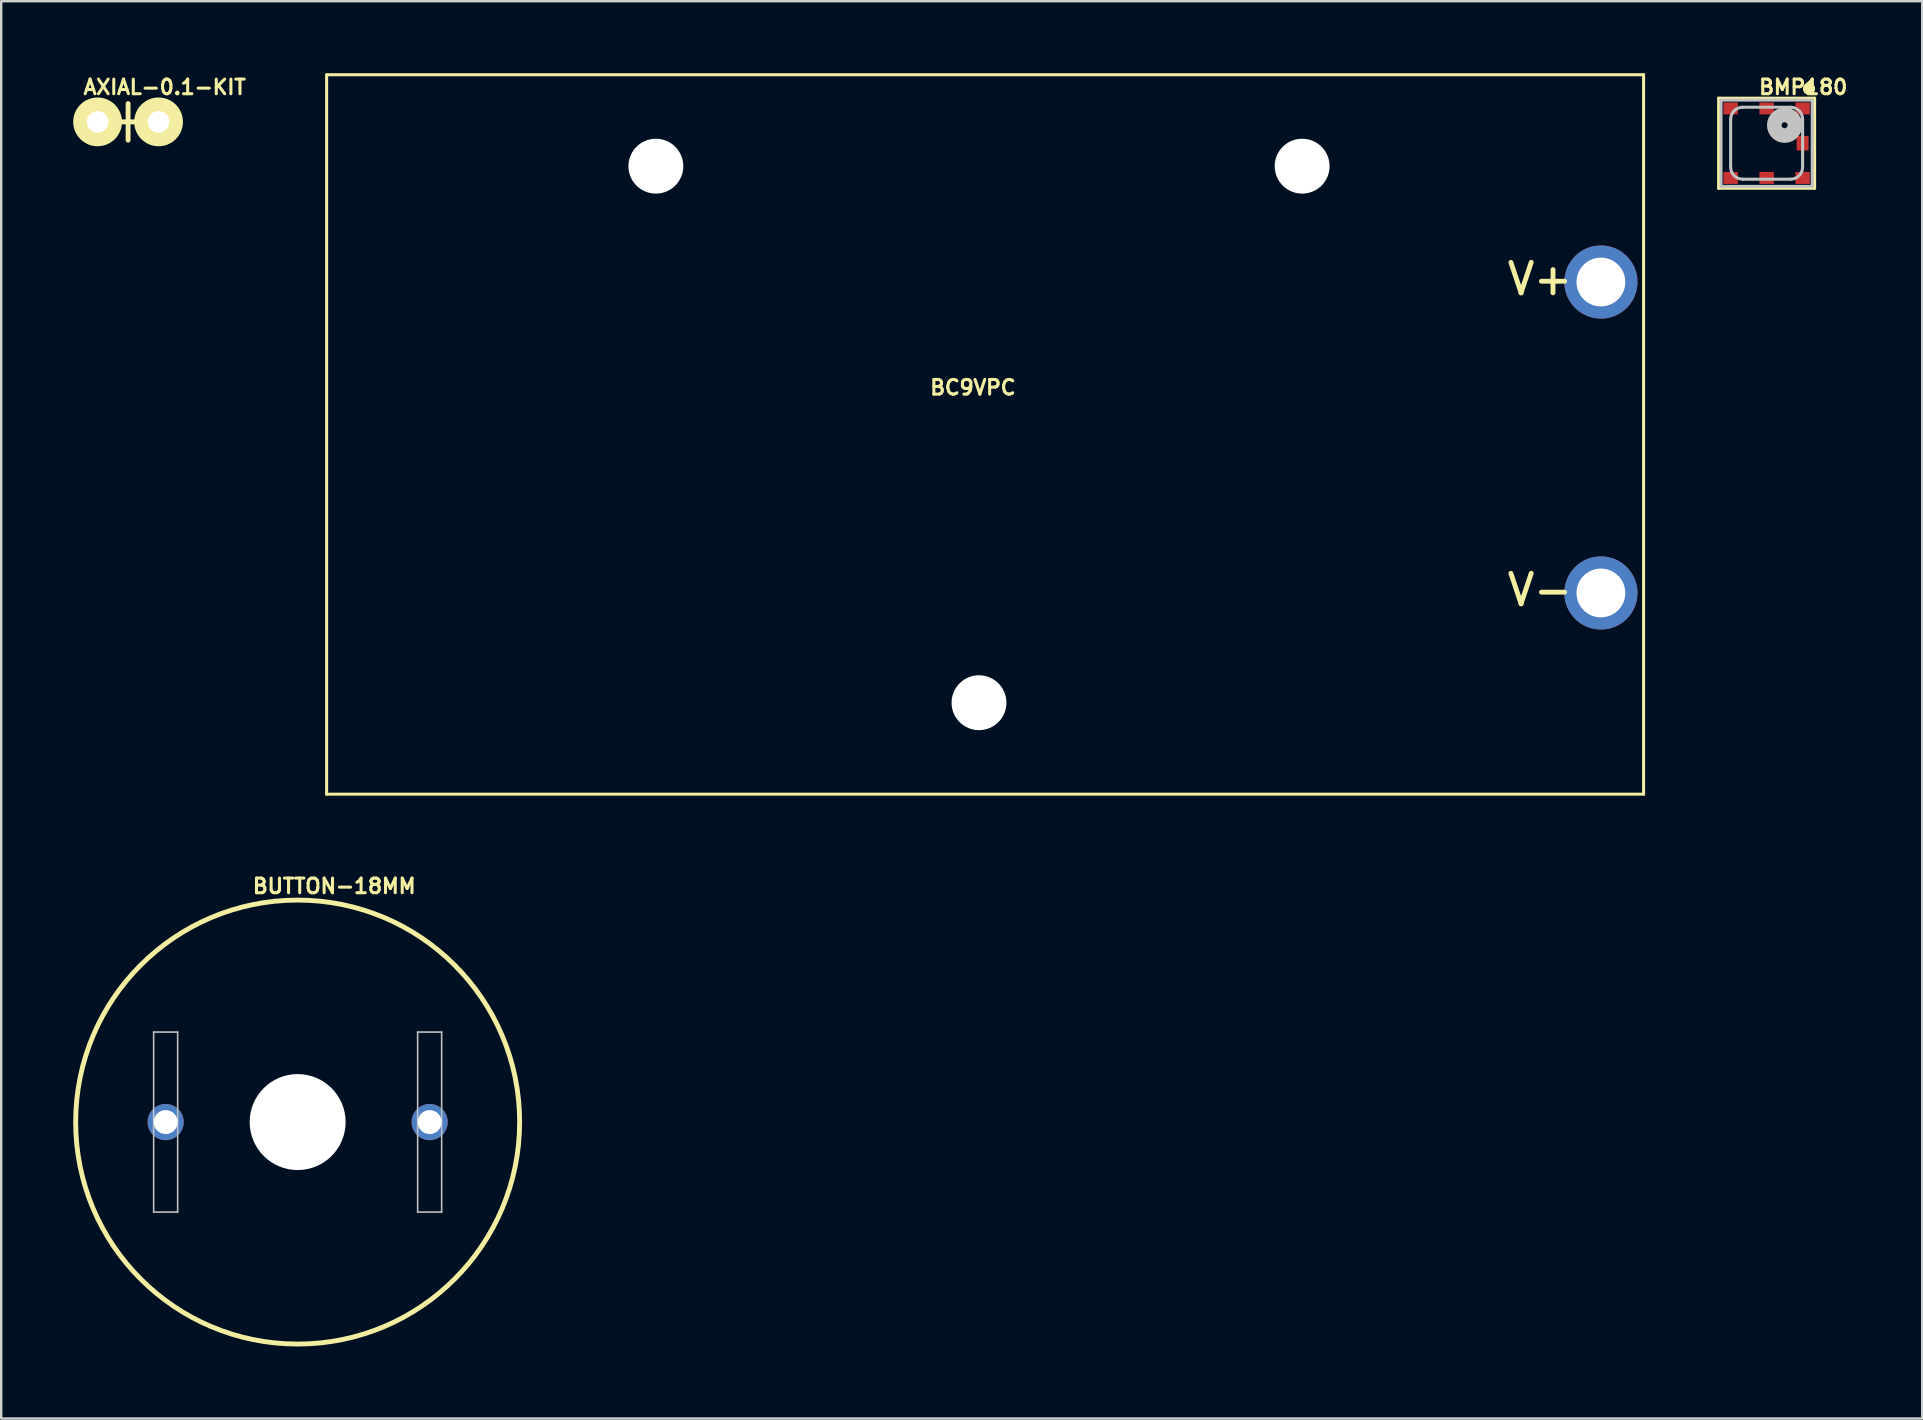
<source format=kicad_pcb>
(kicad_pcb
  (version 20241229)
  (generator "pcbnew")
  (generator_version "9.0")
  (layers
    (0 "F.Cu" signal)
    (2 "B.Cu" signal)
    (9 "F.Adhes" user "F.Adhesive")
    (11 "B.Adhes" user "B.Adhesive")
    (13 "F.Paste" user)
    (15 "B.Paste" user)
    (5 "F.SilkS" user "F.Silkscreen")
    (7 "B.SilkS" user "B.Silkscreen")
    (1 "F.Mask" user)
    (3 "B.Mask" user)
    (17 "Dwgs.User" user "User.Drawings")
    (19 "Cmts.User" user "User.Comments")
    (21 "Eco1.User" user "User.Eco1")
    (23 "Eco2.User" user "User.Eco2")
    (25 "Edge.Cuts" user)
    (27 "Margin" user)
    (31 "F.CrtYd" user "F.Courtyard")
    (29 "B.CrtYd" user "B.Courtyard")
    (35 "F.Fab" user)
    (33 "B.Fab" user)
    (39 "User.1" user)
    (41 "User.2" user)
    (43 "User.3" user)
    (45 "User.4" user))
  (footprint "BC9VPC"
    (layer "F.Cu")
    (at 10.557 30.035)
    (property "Reference" "BC9VPC" (at 26.924 -16.942 0) (layer "F.SilkS") (effects (font (size 0.61 0.61) (thickness 0.127))))
    (attr exclude_from_pos_files exclude_from_bom)
    (fp_line (start 0 -29.972) (end 54.864 -29.972) (stroke (width 0.127) (type solid)) (layer "F.SilkS"))
    (fp_line (start 0 0) (end 0 -29.972) (stroke (width 0.127) (type solid)) (layer "F.SilkS"))
    (fp_line (start 54.864 -29.972) (end 54.864 0) (stroke (width 0.127) (type solid)) (layer "F.SilkS"))
    (fp_line (start 54.864 0) (end 0 0) (stroke (width 0.127) (type solid)) (layer "F.SilkS"))
    (fp_text user "V-" (at 50.546 -8.509 0) (layer "F.SilkS") (effects (font (size 1.27 1.27) (thickness 0.203))))
    (fp_text user "V+" (at 50.546 -21.463 0) (layer "F.SilkS") (effects (font (size 1.27 1.27) (thickness 0.203))))
    (pad "" np_thru_hole circle (at 13.716 -26.162) (size 2.286 2.286) (drill 2.286) (layers "*.Cu" "*.Mask"))
    (pad "" np_thru_hole circle (at 27.178 -3.81) (size 2.286 2.286) (drill 2.286) (layers "*.Cu" "*.Mask"))
    (pad "" np_thru_hole circle (at 40.64 -26.162) (size 2.286 2.286) (drill 2.286) (layers "*.Cu" "*.Mask"))
    (pad "V+" thru_hole circle (at 53.086 -21.336) (size 3.048 3.048) (drill 2.032) (layers "*.Cu" "*.Paste" "*.Mask"))
    (pad "V-" thru_hole circle (at 53.086 -8.382) (size 3.048 3.048) (drill 2.032) (layers "*.Cu" "*.Paste" "*.Mask")))
  (footprint "AXIAL-0.1-KIT"
    (layer "F.Cu")
    (at 2.286 2.027)
    (property "Reference" "AXIAL-0.1-KIT" (at 1.524 -1.448 0) (layer "F.SilkS") (effects (font (size 0.61 0.61) (thickness 0.127))))
    (attr exclude_from_pos_files exclude_from_bom)
    (fp_line (start 0 0) (end -0.254 0) (stroke (width 0.203) (type solid)) (layer "F.SilkS"))
    (fp_line (start 0 0) (end 0 -0.762) (stroke (width 0.203) (type solid)) (layer "F.SilkS"))
    (fp_line (start 0 0.762) (end 0 0) (stroke (width 0.203) (type solid)) (layer "F.SilkS"))
    (fp_line (start 0.254 0) (end 0 0) (stroke (width 0.203) (type solid)) (layer "F.SilkS"))
    (fp_circle (center -1.27 0) (end -1.27 -1.016) (stroke (width 0) (type solid)) (fill yes) (layer "F.SilkS"))
    (fp_circle (center -1.27 0) (end -1.27 -0.457) (stroke (width 0) (type solid)) (fill yes) (layer "F.SilkS"))
    (fp_circle (center -1.27 0) (end -1.27 -0.457) (stroke (width 0) (type solid)) (fill yes) (layer "F.SilkS"))
    (fp_circle (center 1.27 0) (end 1.27 -1.016) (stroke (width 0) (type solid)) (fill yes) (layer "F.SilkS"))
    (fp_circle (center 1.27 0) (end 1.27 -0.457) (stroke (width 0) (type solid)) (fill yes) (layer "F.SilkS"))
    (pad "P$1" thru_hole circle (at -1.27 0) (size 1.88 1.88) (drill 0.899) (layers "*.Cu" "*.Paste" "*.Mask"))
    (pad "P$2" thru_hole circle (at 1.27 0) (size 1.88 1.88) (drill 0.899) (layers "*.Cu" "*.Paste" "*.Mask")))
  (footprint "BMP180"
    (layer "F.Cu")
    (at 70.547 2.916)
    (property "Reference" "BMP180" (at 1.524 -2.337 0) (layer "F.SilkS") (effects (font (size 0.61 0.61) (thickness 0.127))))
    (attr smd)
    (fp_line (start -1.999 -1.875) (end -1.999 1.875) (stroke (width 0.127) (type solid)) (layer "F.SilkS"))
    (fp_line (start -1.999 1.875) (end 1.999 1.875) (stroke (width 0.127) (type solid)) (layer "F.SilkS"))
    (fp_line (start 1.999 -1.875) (end -1.999 -1.875) (stroke (width 0.127) (type solid)) (layer "F.SilkS"))
    (fp_line (start 1.999 1.875) (end 1.999 -1.875) (stroke (width 0.127) (type solid)) (layer "F.SilkS"))
    (fp_circle (center 1.765 -2.273) (end 1.765 -2.527) (stroke (width 0) (type solid)) (fill yes) (layer "F.SilkS"))
    (fp_line (start -1.9 -1.798) (end -1.9 1.798) (stroke (width 0.127) (type solid)) (layer "Dwgs.User"))
    (fp_line (start -1.9 1.798) (end 1.9 1.798) (stroke (width 0.127) (type solid)) (layer "Dwgs.User"))
    (fp_line (start -1.499 -0.998) (end -1.499 0.998) (stroke (width 0.127) (type solid)) (layer "Dwgs.User"))
    (fp_line (start -0.998 1.499) (end 0.998 1.499) (stroke (width 0.127) (type solid)) (layer "Dwgs.User"))
    (fp_line (start 0.998 -1.499) (end -0.998 -1.499) (stroke (width 0.127) (type solid)) (layer "Dwgs.User"))
    (fp_line (start 1.499 0.998) (end 1.499 -0.998) (stroke (width 0.127) (type solid)) (layer "Dwgs.User"))
    (fp_line (start 1.9 -1.798) (end -1.9 -1.798) (stroke (width 0.127) (type solid)) (layer "Dwgs.User"))
    (fp_line (start 1.9 1.798) (end 1.9 -1.798) (stroke (width 0.127) (type solid)) (layer "Dwgs.User"))
    (fp_arc (start -1.4986 -0.99822) (mid -1.352042 -1.352042) (end -0.99822 -1.4986) (stroke (width 0.127) (type solid)) (layer "Dwgs.User"))
    (fp_arc (start -0.99822 1.4986) (mid -1.352042 1.352042) (end -1.4986 0.99822) (stroke (width 0.127) (type solid)) (layer "Dwgs.User"))
    (fp_arc (start 0.99822 -1.4986) (mid 1.352042 -1.352042) (end 1.4986 -0.99822) (stroke (width 0.127) (type solid)) (layer "Dwgs.User"))
    (fp_arc (start 1.4986 0.99822) (mid 1.352042 1.352042) (end 0.99822 1.4986) (stroke (width 0.127) (type solid)) (layer "Dwgs.User"))
    (fp_circle (center 0.749 -0.749) (end 0.749 -0.874) (stroke (width 0.61) (type solid)) (fill no) (layer "Dwgs.User"))
    (pad "1" smd rect (at 1.499 -1.448 90) (size 0.498 0.599) (layers "F.Cu" "F.Mask" "F.Paste"))
    (pad "2" smd rect (at 0 -1.448 90) (size 0.498 0.599) (layers "F.Cu" "F.Mask" "F.Paste"))
    (pad "3" smd rect (at -1.499 -1.448 90) (size 0.498 0.599) (layers "F.Cu" "F.Mask" "F.Paste"))
    (pad "4" smd rect (at -1.499 1.448 90) (size 0.498 0.599) (layers "F.Cu" "F.Mask" "F.Paste"))
    (pad "5" smd rect (at 0 1.448 90) (size 0.498 0.599) (layers "F.Cu" "F.Mask" "F.Paste"))
    (pad "6" smd rect (at 1.499 1.448 90) (size 0.498 0.599) (layers "F.Cu" "F.Mask" "F.Paste"))
    (pad "7" smd rect (at 1.499 0 180) (size 0.498 0.599) (layers "F.Cu" "F.Mask" "F.Paste")))
  (footprint "BUTTON-18MM"
    (layer "F.Cu")
    (at 9.35 43.695)
    (property "Reference" "BUTTON-18MM" (at 1.524 -9.83 0) (layer "F.SilkS") (effects (font (size 0.61 0.61) (thickness 0.127))))
    (attr exclude_from_pos_files exclude_from_bom)
    (fp_circle (center 0 0) (end 0 -9.248) (stroke (width 0.203) (type solid)) (fill no) (layer "F.SilkS"))
    (fp_line (start -6.998 -4.999) (end -3.998 -4.999) (stroke (width 0.066) (type solid)) (layer "B.Adhes"))
    (fp_line (start -6.998 4.999) (end -6.998 -4.999) (stroke (width 0.066) (type solid)) (layer "B.Adhes"))
    (fp_line (start -6.998 4.999) (end -3.998 4.999) (stroke (width 0.066) (type solid)) (layer "B.Adhes"))
    (fp_line (start -3.998 4.999) (end -3.998 -4.999) (stroke (width 0.066) (type solid)) (layer "B.Adhes"))
    (fp_line (start 3.998 -4.999) (end 6.998 -4.999) (stroke (width 0.066) (type solid)) (layer "B.Adhes"))
    (fp_line (start 3.998 4.999) (end 3.998 -4.999) (stroke (width 0.066) (type solid)) (layer "B.Adhes"))
    (fp_line (start 3.998 4.999) (end 6.998 4.999) (stroke (width 0.066) (type solid)) (layer "B.Adhes"))
    (fp_line (start 6.998 4.999) (end 6.998 -4.999) (stroke (width 0.066) (type solid)) (layer "B.Adhes"))
    (fp_line (start -5.999 -3.749) (end -4.999 -3.749) (stroke (width 0.066) (type solid)) (layer "Dwgs.User"))
    (fp_line (start -5.999 3.749) (end -5.999 -3.749) (stroke (width 0.066) (type solid)) (layer "Dwgs.User"))
    (fp_line (start -5.999 3.749) (end -4.999 3.749) (stroke (width 0.066) (type solid)) (layer "Dwgs.User"))
    (fp_line (start -4.999 3.749) (end -4.999 -3.749) (stroke (width 0.066) (type solid)) (layer "Dwgs.User"))
    (fp_line (start 4.999 -3.749) (end 5.999 -3.749) (stroke (width 0.066) (type solid)) (layer "Dwgs.User"))
    (fp_line (start 4.999 3.749) (end 4.999 -3.749) (stroke (width 0.066) (type solid)) (layer "Dwgs.User"))
    (fp_line (start 4.999 3.749) (end 5.999 3.749) (stroke (width 0.066) (type solid)) (layer "Dwgs.User"))
    (fp_line (start 5.999 3.749) (end 5.999 -3.749) (stroke (width 0.066) (type solid)) (layer "Dwgs.User"))
    (pad "" np_thru_hole circle (at 0 0) (size 3.998 3.998) (drill 3.998) (layers "*.Cu" "*.Mask"))
    (pad "1" thru_hole circle (at -5.499 0) (size 1.506 1.506) (drill 0.998) (layers "*.Cu" "*.Paste" "*.Mask"))
    (pad "2" thru_hole circle (at 5.499 0) (size 1.506 1.506) (drill 0.998) (layers "*.Cu" "*.Paste" "*.Mask")))
  (gr_rect
    (start -3 -3)
    (end 77.029 56.045)
    (stroke (width 0.1) (type default))
    (fill no)
    (layer "Edge.Cuts")))
</source>
